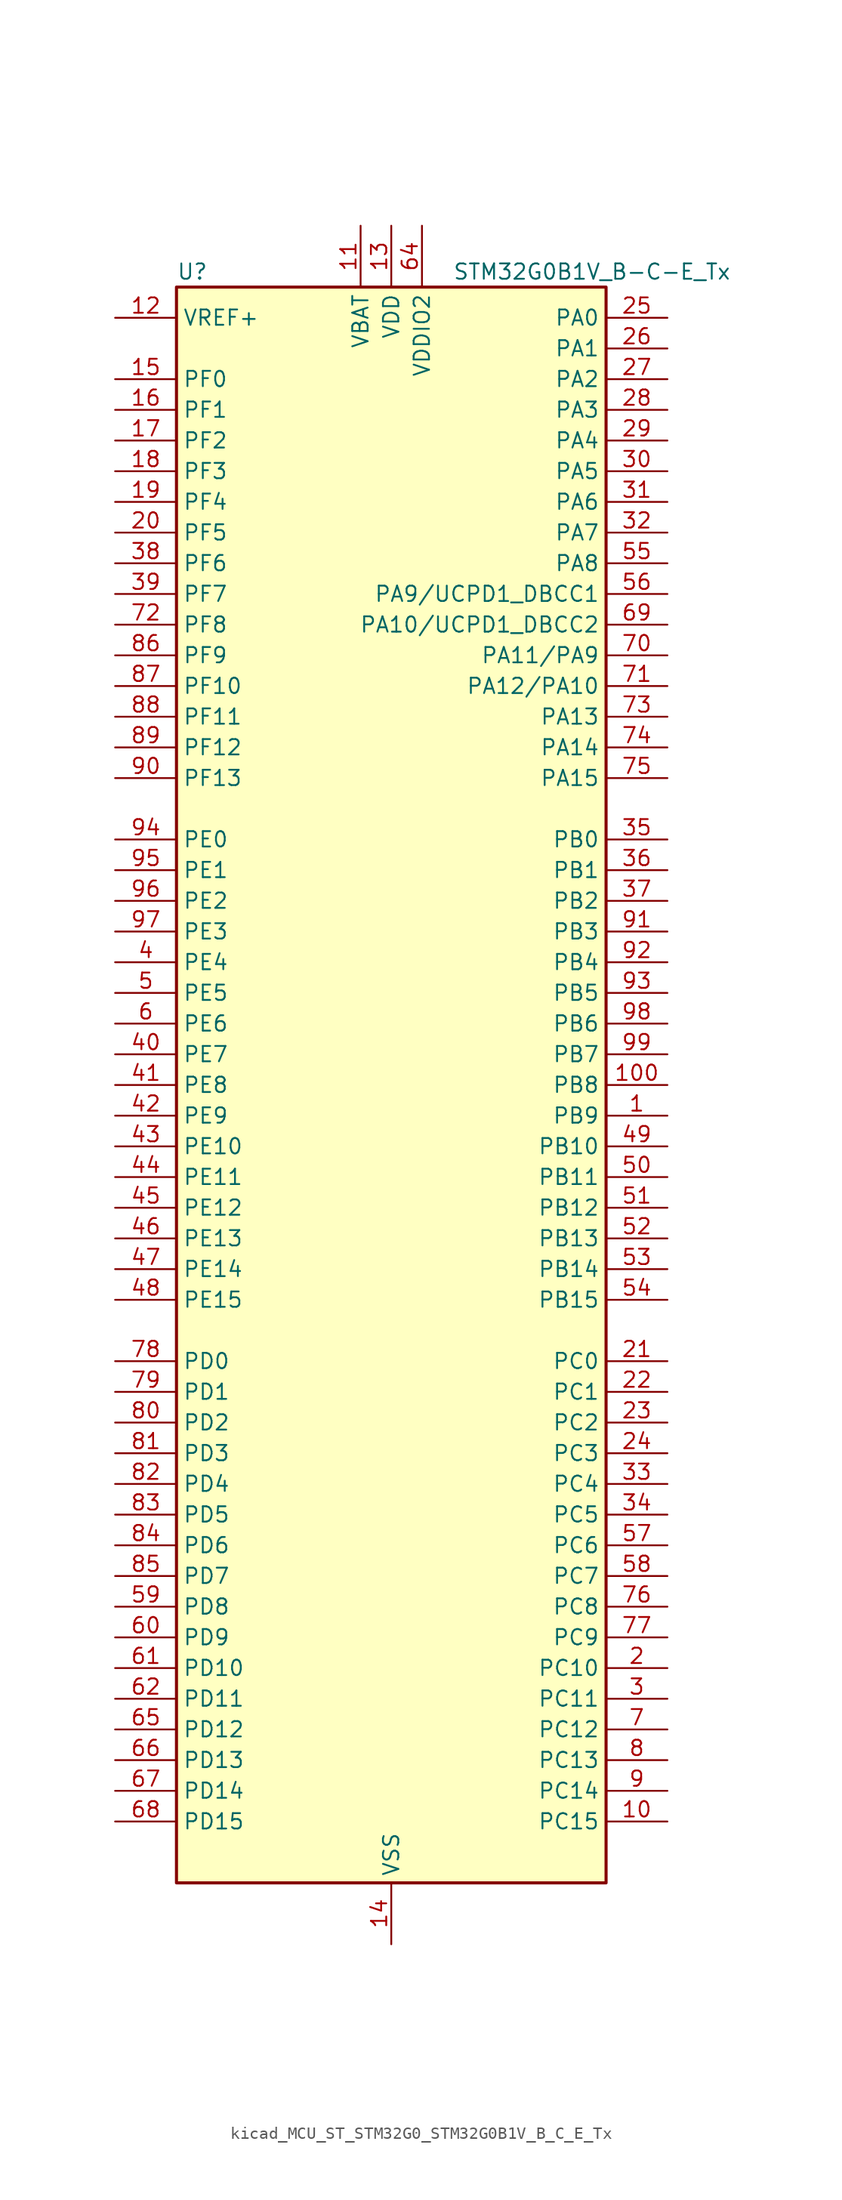
<source format=kicad_sym>
(kicad_symbol_lib
  (version 20220914)
  (generator kicad_symbol_editor)
  (symbol "kicad_MCU_ST_STM32G0_STM32G0B1V_B_C_E_Tx"
    (property "Reference" "U"
      (at -17.78 67.31 0)
      (effects (font (size 1.27 1.27)) (justify left)))
    (property "Value" "STM32G0B1V_B-C-E_Tx"
      (at 5.08 67.31 0)
      (effects (font (size 1.27 1.27)) (justify left)))
    (property "ki_locked" ""
      (at 0 0 0)
      (effects (font (size 1.27 1.27))))
    (symbol "kicad_MCU_ST_STM32G0_STM32G0B1V_B_C_E_Tx_0_1"
      (rectangle (start -17.78 -66.04) (end 17.78 66.04) (stroke (width 0.254) (type default)) (fill (type background))))
    (symbol "kicad_MCU_ST_STM32G0_STM32G0B1V_B_C_E_Tx_1_1"
      (pin bidirectional line (at 22.86 -2.54 180) (length 5.08) (name "PB9" (effects (font (size 1.27 1.27)))) (number "1" (effects (font (size 1.27 1.27)))) (alternate "DAC1_EXTI9" bidirectional line) (alternate "FDCAN1_TX" bidirectional line) (alternate "I2C1_SDA" bidirectional line) (alternate "I2S2_WS" bidirectional line) (alternate "IR_OUT" bidirectional line) (alternate "SPI2_NSS" bidirectional line) (alternate "TIM17_CH1" bidirectional line) (alternate "TIM4_CH4" bidirectional line) (alternate "UCPD2_FRSTX1" bidirectional line) (alternate "UCPD2_FRSTX2" bidirectional line) (alternate "USART3_RX" bidirectional line) (alternate "USART6_RX" bidirectional line))
      (pin bidirectional line (at 22.86 -60.96 180) (length 5.08) (name "PC15" (effects (font (size 1.27 1.27)))) (number "10" (effects (font (size 1.27 1.27)))) (alternate "RCC_OSC32_EN" bidirectional line) (alternate "RCC_OSC32_OUT" bidirectional line) (alternate "RCC_OSC_EN" bidirectional line) (alternate "TIM15_BK" bidirectional line))
      (pin bidirectional line (at 22.86 0 180) (length 5.08) (name "PB8" (effects (font (size 1.27 1.27)))) (number "100" (effects (font (size 1.27 1.27)))) (alternate "CEC" bidirectional line) (alternate "FDCAN1_RX" bidirectional line) (alternate "I2C1_SCL" bidirectional line) (alternate "I2S2_CK" bidirectional line) (alternate "SPI2_SCK" bidirectional line) (alternate "TIM15_BK" bidirectional line) (alternate "TIM16_CH1" bidirectional line) (alternate "TIM4_CH3" bidirectional line) (alternate "USART3_TX" bidirectional line) (alternate "USART6_TX" bidirectional line))
      (pin power_in line (at -2.54 71.12 270) (length 5.08) (name "VBAT" (effects (font (size 1.27 1.27)))) (number "11" (effects (font (size 1.27 1.27)))))
      (pin input line (at -22.86 63.5 0) (length 5.08) (name "VREF+" (effects (font (size 1.27 1.27)))) (number "12" (effects (font (size 1.27 1.27)))) (alternate "VREFBUF_OUT" bidirectional line))
      (pin power_in line (at 0 71.12 270) (length 5.08) (name "VDD" (effects (font (size 1.27 1.27)))) (number "13" (effects (font (size 1.27 1.27)))))
      (pin power_in line (at 0 -71.12 90) (length 5.08) (name "VSS" (effects (font (size 1.27 1.27)))) (number "14" (effects (font (size 1.27 1.27)))))
      (pin bidirectional line (at -22.86 58.42 0) (length 5.08) (name "PF0" (effects (font (size 1.27 1.27)))) (number "15" (effects (font (size 1.27 1.27)))) (alternate "CRS1_SYNC" bidirectional line) (alternate "RCC_OSC_IN" bidirectional line) (alternate "TIM14_CH1" bidirectional line))
      (pin bidirectional line (at -22.86 55.88 0) (length 5.08) (name "PF1" (effects (font (size 1.27 1.27)))) (number "16" (effects (font (size 1.27 1.27)))) (alternate "RCC_OSC_EN" bidirectional line) (alternate "RCC_OSC_OUT" bidirectional line) (alternate "TIM15_CH1N" bidirectional line))
      (pin bidirectional line (at -22.86 53.34 0) (length 5.08) (name "PF2" (effects (font (size 1.27 1.27)))) (number "17" (effects (font (size 1.27 1.27)))) (alternate "LPUART2_DE" bidirectional line) (alternate "LPUART2_RTS" bidirectional line) (alternate "LPUART2_TX" bidirectional line) (alternate "RCC_MCO" bidirectional line))
      (pin bidirectional line (at -22.86 50.8 0) (length 5.08) (name "PF3" (effects (font (size 1.27 1.27)))) (number "18" (effects (font (size 1.27 1.27)))) (alternate "LPUART2_RX" bidirectional line) (alternate "USART6_CK" bidirectional line) (alternate "USART6_DE" bidirectional line) (alternate "USART6_RTS" bidirectional line))
      (pin bidirectional line (at -22.86 48.26 0) (length 5.08) (name "PF4" (effects (font (size 1.27 1.27)))) (number "19" (effects (font (size 1.27 1.27)))) (alternate "LPUART1_TX" bidirectional line))
      (pin bidirectional line (at 22.86 -48.26 180) (length 5.08) (name "PC10" (effects (font (size 1.27 1.27)))) (number "2" (effects (font (size 1.27 1.27)))) (alternate "SPI3_SCK" bidirectional line) (alternate "TIM1_CH3" bidirectional line) (alternate "USART3_TX" bidirectional line) (alternate "USART4_TX" bidirectional line))
      (pin bidirectional line (at -22.86 45.72 0) (length 5.08) (name "PF5" (effects (font (size 1.27 1.27)))) (number "20" (effects (font (size 1.27 1.27)))) (alternate "LPUART1_RX" bidirectional line))
      (pin bidirectional line (at 22.86 -22.86 180) (length 5.08) (name "PC0" (effects (font (size 1.27 1.27)))) (number "21" (effects (font (size 1.27 1.27)))) (alternate "COMP3_INM" bidirectional line) (alternate "COMP3_OUT" bidirectional line) (alternate "I2C3_SCL" bidirectional line) (alternate "LPTIM1_IN1" bidirectional line) (alternate "LPTIM2_IN1" bidirectional line) (alternate "LPUART1_RX" bidirectional line) (alternate "LPUART2_TX" bidirectional line) (alternate "USART6_TX" bidirectional line))
      (pin bidirectional line (at 22.86 -25.4 180) (length 5.08) (name "PC1" (effects (font (size 1.27 1.27)))) (number "22" (effects (font (size 1.27 1.27)))) (alternate "COMP3_INP" bidirectional line) (alternate "I2C3_SDA" bidirectional line) (alternate "LPTIM1_OUT" bidirectional line) (alternate "LPUART1_TX" bidirectional line) (alternate "LPUART2_RX" bidirectional line) (alternate "TIM15_CH1" bidirectional line) (alternate "USART6_RX" bidirectional line))
      (pin bidirectional line (at 22.86 -27.94 180) (length 5.08) (name "PC2" (effects (font (size 1.27 1.27)))) (number "23" (effects (font (size 1.27 1.27)))) (alternate "COMP3_OUT" bidirectional line) (alternate "FDCAN2_RX" bidirectional line) (alternate "I2S2_MCK" bidirectional line) (alternate "LPTIM1_IN2" bidirectional line) (alternate "SPI2_MISO" bidirectional line) (alternate "TIM15_CH2" bidirectional line))
      (pin bidirectional line (at 22.86 -30.48 180) (length 5.08) (name "PC3" (effects (font (size 1.27 1.27)))) (number "24" (effects (font (size 1.27 1.27)))) (alternate "FDCAN2_TX" bidirectional line) (alternate "I2S2_SD" bidirectional line) (alternate "LPTIM1_ETR" bidirectional line) (alternate "LPTIM2_ETR" bidirectional line) (alternate "SPI2_MOSI" bidirectional line))
      (pin bidirectional line (at 22.86 63.5 180) (length 5.08) (name "PA0" (effects (font (size 1.27 1.27)))) (number "25" (effects (font (size 1.27 1.27)))) (alternate "ADC1_IN0" bidirectional line) (alternate "COMP1_INM" bidirectional line) (alternate "COMP1_OUT" bidirectional line) (alternate "I2S2_CK" bidirectional line) (alternate "LPTIM1_OUT" bidirectional line) (alternate "RTC_TAMP_IN2" bidirectional line) (alternate "SPI2_SCK" bidirectional line) (alternate "SYS_WKUP1" bidirectional line) (alternate "TIM2_CH1" bidirectional line) (alternate "TIM2_ETR" bidirectional line) (alternate "UCPD2_FRSTX1" bidirectional line) (alternate "UCPD2_FRSTX2" bidirectional line) (alternate "USART2_CTS" bidirectional line) (alternate "USART2_NSS" bidirectional line) (alternate "USART4_TX" bidirectional line))
      (pin bidirectional line (at 22.86 60.96 180) (length 5.08) (name "PA1" (effects (font (size 1.27 1.27)))) (number "26" (effects (font (size 1.27 1.27)))) (alternate "ADC1_IN1" bidirectional line) (alternate "COMP1_INP" bidirectional line) (alternate "I2C1_SMBA" bidirectional line) (alternate "I2S1_CK" bidirectional line) (alternate "SPI1_SCK" bidirectional line) (alternate "TIM15_CH1N" bidirectional line) (alternate "TIM2_CH2" bidirectional line) (alternate "USART2_CK" bidirectional line) (alternate "USART2_DE" bidirectional line) (alternate "USART2_RTS" bidirectional line) (alternate "USART4_RX" bidirectional line))
      (pin bidirectional line (at 22.86 58.42 180) (length 5.08) (name "PA2" (effects (font (size 1.27 1.27)))) (number "27" (effects (font (size 1.27 1.27)))) (alternate "ADC1_IN2" bidirectional line) (alternate "COMP2_INM" bidirectional line) (alternate "COMP2_OUT" bidirectional line) (alternate "I2S1_SD" bidirectional line) (alternate "LPUART1_TX" bidirectional line) (alternate "RCC_LSCO" bidirectional line) (alternate "SPI1_MOSI" bidirectional line) (alternate "SYS_WKUP4" bidirectional line) (alternate "TIM15_CH1" bidirectional line) (alternate "TIM2_CH3" bidirectional line) (alternate "UCPD1_FRSTX1" bidirectional line) (alternate "UCPD1_FRSTX2" bidirectional line) (alternate "USART2_TX" bidirectional line))
      (pin bidirectional line (at 22.86 55.88 180) (length 5.08) (name "PA3" (effects (font (size 1.27 1.27)))) (number "28" (effects (font (size 1.27 1.27)))) (alternate "ADC1_IN3" bidirectional line) (alternate "COMP2_INP" bidirectional line) (alternate "I2S2_MCK" bidirectional line) (alternate "LPUART1_RX" bidirectional line) (alternate "SPI2_MISO" bidirectional line) (alternate "TIM15_CH2" bidirectional line) (alternate "TIM2_CH4" bidirectional line) (alternate "UCPD2_FRSTX1" bidirectional line) (alternate "UCPD2_FRSTX2" bidirectional line) (alternate "USART2_RX" bidirectional line))
      (pin bidirectional line (at 22.86 53.34 180) (length 5.08) (name "PA4" (effects (font (size 1.27 1.27)))) (number "29" (effects (font (size 1.27 1.27)))) (alternate "ADC1_IN4" bidirectional line) (alternate "DAC1_OUT1" bidirectional line) (alternate "I2S1_WS" bidirectional line) (alternate "I2S2_SD" bidirectional line) (alternate "LPTIM2_OUT" bidirectional line) (alternate "RTC_OUT2" bidirectional line) (alternate "SPI1_NSS" bidirectional line) (alternate "SPI2_MOSI" bidirectional line) (alternate "SPI3_NSS" bidirectional line) (alternate "TIM14_CH1" bidirectional line) (alternate "UCPD2_FRSTX1" bidirectional line) (alternate "UCPD2_FRSTX2" bidirectional line) (alternate "USART6_TX" bidirectional line) (alternate "USB_NOE" bidirectional line))
      (pin bidirectional line (at 22.86 -50.8 180) (length 5.08) (name "PC11" (effects (font (size 1.27 1.27)))) (number "3" (effects (font (size 1.27 1.27)))) (alternate "ADC1_EXTI11" bidirectional line) (alternate "SPI3_MISO" bidirectional line) (alternate "TIM1_CH4" bidirectional line) (alternate "USART3_RX" bidirectional line) (alternate "USART4_RX" bidirectional line))
      (pin bidirectional line (at 22.86 50.8 180) (length 5.08) (name "PA5" (effects (font (size 1.27 1.27)))) (number "30" (effects (font (size 1.27 1.27)))) (alternate "ADC1_IN5" bidirectional line) (alternate "CEC" bidirectional line) (alternate "DAC1_OUT2" bidirectional line) (alternate "I2S1_CK" bidirectional line) (alternate "LPTIM2_ETR" bidirectional line) (alternate "SPI1_SCK" bidirectional line) (alternate "TIM2_CH1" bidirectional line) (alternate "TIM2_ETR" bidirectional line) (alternate "UCPD1_FRSTX1" bidirectional line) (alternate "UCPD1_FRSTX2" bidirectional line) (alternate "USART3_TX" bidirectional line) (alternate "USART6_RX" bidirectional line))
      (pin bidirectional line (at 22.86 48.26 180) (length 5.08) (name "PA6" (effects (font (size 1.27 1.27)))) (number "31" (effects (font (size 1.27 1.27)))) (alternate "ADC1_IN6" bidirectional line) (alternate "COMP1_OUT" bidirectional line) (alternate "I2C2_SDA" bidirectional line) (alternate "I2C3_SDA" bidirectional line) (alternate "I2S1_MCK" bidirectional line) (alternate "LPUART1_CTS" bidirectional line) (alternate "SPI1_MISO" bidirectional line) (alternate "TIM16_CH1" bidirectional line) (alternate "TIM1_BK" bidirectional line) (alternate "TIM3_CH1" bidirectional line) (alternate "USART3_CTS" bidirectional line) (alternate "USART3_NSS" bidirectional line) (alternate "USART6_CTS" bidirectional line) (alternate "USART6_NSS" bidirectional line))
      (pin bidirectional line (at 22.86 45.72 180) (length 5.08) (name "PA7" (effects (font (size 1.27 1.27)))) (number "32" (effects (font (size 1.27 1.27)))) (alternate "ADC1_IN7" bidirectional line) (alternate "COMP2_OUT" bidirectional line) (alternate "I2C2_SCL" bidirectional line) (alternate "I2C3_SCL" bidirectional line) (alternate "I2S1_SD" bidirectional line) (alternate "SPI1_MOSI" bidirectional line) (alternate "TIM14_CH1" bidirectional line) (alternate "TIM17_CH1" bidirectional line) (alternate "TIM1_CH1N" bidirectional line) (alternate "TIM3_CH2" bidirectional line) (alternate "UCPD1_FRSTX1" bidirectional line) (alternate "UCPD1_FRSTX2" bidirectional line) (alternate "USART6_CK" bidirectional line) (alternate "USART6_DE" bidirectional line) (alternate "USART6_RTS" bidirectional line))
      (pin bidirectional line (at 22.86 -33.02 180) (length 5.08) (name "PC4" (effects (font (size 1.27 1.27)))) (number "33" (effects (font (size 1.27 1.27)))) (alternate "ADC1_IN17" bidirectional line) (alternate "COMP1_INM" bidirectional line) (alternate "FDCAN1_RX" bidirectional line) (alternate "TIM2_CH1" bidirectional line) (alternate "TIM2_ETR" bidirectional line) (alternate "USART1_TX" bidirectional line) (alternate "USART3_TX" bidirectional line))
      (pin bidirectional line (at 22.86 -35.56 180) (length 5.08) (name "PC5" (effects (font (size 1.27 1.27)))) (number "34" (effects (font (size 1.27 1.27)))) (alternate "ADC1_IN18" bidirectional line) (alternate "COMP1_INP" bidirectional line) (alternate "FDCAN1_TX" bidirectional line) (alternate "SYS_WKUP5" bidirectional line) (alternate "TIM2_CH2" bidirectional line) (alternate "USART1_RX" bidirectional line) (alternate "USART3_RX" bidirectional line))
      (pin bidirectional line (at 22.86 20.32 180) (length 5.08) (name "PB0" (effects (font (size 1.27 1.27)))) (number "35" (effects (font (size 1.27 1.27)))) (alternate "ADC1_IN8" bidirectional line) (alternate "COMP1_OUT" bidirectional line) (alternate "COMP3_INP" bidirectional line) (alternate "FDCAN2_RX" bidirectional line) (alternate "I2S1_WS" bidirectional line) (alternate "LPTIM1_OUT" bidirectional line) (alternate "LPUART2_CTS" bidirectional line) (alternate "SPI1_NSS" bidirectional line) (alternate "TIM1_CH2N" bidirectional line) (alternate "TIM3_CH3" bidirectional line) (alternate "UCPD1_FRSTX1" bidirectional line) (alternate "UCPD1_FRSTX2" bidirectional line) (alternate "USART3_RX" bidirectional line) (alternate "USART5_TX" bidirectional line))
      (pin bidirectional line (at 22.86 17.78 180) (length 5.08) (name "PB1" (effects (font (size 1.27 1.27)))) (number "36" (effects (font (size 1.27 1.27)))) (alternate "ADC1_IN9" bidirectional line) (alternate "COMP1_INM" bidirectional line) (alternate "COMP3_OUT" bidirectional line) (alternate "FDCAN2_TX" bidirectional line) (alternate "LPTIM2_IN1" bidirectional line) (alternate "LPUART1_DE" bidirectional line) (alternate "LPUART1_RTS" bidirectional line) (alternate "LPUART2_DE" bidirectional line) (alternate "LPUART2_RTS" bidirectional line) (alternate "TIM14_CH1" bidirectional line) (alternate "TIM1_CH3N" bidirectional line) (alternate "TIM3_CH4" bidirectional line) (alternate "USART3_CK" bidirectional line) (alternate "USART3_DE" bidirectional line) (alternate "USART3_RTS" bidirectional line) (alternate "USART5_RX" bidirectional line))
      (pin bidirectional line (at 22.86 15.24 180) (length 5.08) (name "PB2" (effects (font (size 1.27 1.27)))) (number "37" (effects (font (size 1.27 1.27)))) (alternate "ADC1_IN10" bidirectional line) (alternate "COMP1_INP" bidirectional line) (alternate "COMP3_INM" bidirectional line) (alternate "I2S2_MCK" bidirectional line) (alternate "LPTIM1_OUT" bidirectional line) (alternate "RCC_MCO_2" bidirectional line) (alternate "SPI2_MISO" bidirectional line) (alternate "USART3_TX" bidirectional line))
      (pin bidirectional line (at -22.86 43.18 0) (length 5.08) (name "PF6" (effects (font (size 1.27 1.27)))) (number "38" (effects (font (size 1.27 1.27)))) (alternate "LPUART1_DE" bidirectional line) (alternate "LPUART1_RTS" bidirectional line))
      (pin bidirectional line (at -22.86 40.64 0) (length 5.08) (name "PF7" (effects (font (size 1.27 1.27)))) (number "39" (effects (font (size 1.27 1.27)))) (alternate "LPUART1_CTS" bidirectional line) (alternate "USART5_CTS" bidirectional line) (alternate "USART5_NSS" bidirectional line))
      (pin bidirectional line (at -22.86 10.16 0) (length 5.08) (name "PE4" (effects (font (size 1.27 1.27)))) (number "4" (effects (font (size 1.27 1.27)))) (alternate "TIM3_CH2" bidirectional line))
      (pin bidirectional line (at -22.86 2.54 0) (length 5.08) (name "PE7" (effects (font (size 1.27 1.27)))) (number "40" (effects (font (size 1.27 1.27)))) (alternate "COMP3_INP" bidirectional line) (alternate "TIM1_ETR" bidirectional line) (alternate "USART5_CK" bidirectional line) (alternate "USART5_DE" bidirectional line) (alternate "USART5_RTS" bidirectional line))
      (pin bidirectional line (at -22.86 0 0) (length 5.08) (name "PE8" (effects (font (size 1.27 1.27)))) (number "41" (effects (font (size 1.27 1.27)))) (alternate "COMP3_INM" bidirectional line) (alternate "TIM1_CH1N" bidirectional line) (alternate "USART4_TX" bidirectional line))
      (pin bidirectional line (at -22.86 -2.54 0) (length 5.08) (name "PE9" (effects (font (size 1.27 1.27)))) (number "42" (effects (font (size 1.27 1.27)))) (alternate "DAC1_EXTI9" bidirectional line) (alternate "TIM1_CH1" bidirectional line) (alternate "USART4_RX" bidirectional line))
      (pin bidirectional line (at -22.86 -5.08 0) (length 5.08) (name "PE10" (effects (font (size 1.27 1.27)))) (number "43" (effects (font (size 1.27 1.27)))) (alternate "TIM1_CH2N" bidirectional line) (alternate "USART5_TX" bidirectional line))
      (pin bidirectional line (at -22.86 -7.62 0) (length 5.08) (name "PE11" (effects (font (size 1.27 1.27)))) (number "44" (effects (font (size 1.27 1.27)))) (alternate "ADC1_EXTI11" bidirectional line) (alternate "TIM1_CH2" bidirectional line) (alternate "USART5_RX" bidirectional line))
      (pin bidirectional line (at -22.86 -10.16 0) (length 5.08) (name "PE12" (effects (font (size 1.27 1.27)))) (number "45" (effects (font (size 1.27 1.27)))) (alternate "I2S1_WS" bidirectional line) (alternate "SPI1_NSS" bidirectional line) (alternate "TIM1_CH3N" bidirectional line))
      (pin bidirectional line (at -22.86 -12.7 0) (length 5.08) (name "PE13" (effects (font (size 1.27 1.27)))) (number "46" (effects (font (size 1.27 1.27)))) (alternate "I2S1_CK" bidirectional line) (alternate "SPI1_SCK" bidirectional line) (alternate "TIM1_CH3" bidirectional line))
      (pin bidirectional line (at -22.86 -15.24 0) (length 5.08) (name "PE14" (effects (font (size 1.27 1.27)))) (number "47" (effects (font (size 1.27 1.27)))) (alternate "I2S1_MCK" bidirectional line) (alternate "SPI1_MISO" bidirectional line) (alternate "TIM1_BK2" bidirectional line) (alternate "TIM1_CH4" bidirectional line))
      (pin bidirectional line (at -22.86 -17.78 0) (length 5.08) (name "PE15" (effects (font (size 1.27 1.27)))) (number "48" (effects (font (size 1.27 1.27)))) (alternate "I2S1_SD" bidirectional line) (alternate "SPI1_MOSI" bidirectional line) (alternate "TIM1_BK" bidirectional line))
      (pin bidirectional line (at 22.86 -5.08 180) (length 5.08) (name "PB10" (effects (font (size 1.27 1.27)))) (number "49" (effects (font (size 1.27 1.27)))) (alternate "ADC1_IN11" bidirectional line) (alternate "CEC" bidirectional line) (alternate "COMP1_OUT" bidirectional line) (alternate "I2C2_SCL" bidirectional line) (alternate "I2S2_CK" bidirectional line) (alternate "LPUART1_RX" bidirectional line) (alternate "SPI2_SCK" bidirectional line) (alternate "TIM2_CH3" bidirectional line) (alternate "USART3_TX" bidirectional line))
      (pin bidirectional line (at -22.86 7.62 0) (length 5.08) (name "PE5" (effects (font (size 1.27 1.27)))) (number "5" (effects (font (size 1.27 1.27)))) (alternate "TIM3_CH3" bidirectional line))
      (pin bidirectional line (at 22.86 -7.62 180) (length 5.08) (name "PB11" (effects (font (size 1.27 1.27)))) (number "50" (effects (font (size 1.27 1.27)))) (alternate "ADC1_EXTI11" bidirectional line) (alternate "ADC1_IN15" bidirectional line) (alternate "COMP2_OUT" bidirectional line) (alternate "I2C2_SDA" bidirectional line) (alternate "I2S2_SD" bidirectional line) (alternate "LPUART1_TX" bidirectional line) (alternate "SPI2_MOSI" bidirectional line) (alternate "TIM2_CH4" bidirectional line) (alternate "USART3_RX" bidirectional line))
      (pin bidirectional line (at 22.86 -10.16 180) (length 5.08) (name "PB12" (effects (font (size 1.27 1.27)))) (number "51" (effects (font (size 1.27 1.27)))) (alternate "ADC1_IN16" bidirectional line) (alternate "FDCAN2_RX" bidirectional line) (alternate "I2C2_SMBA" bidirectional line) (alternate "I2S2_WS" bidirectional line) (alternate "LPUART1_DE" bidirectional line) (alternate "LPUART1_RTS" bidirectional line) (alternate "SPI2_NSS" bidirectional line) (alternate "TIM15_BK" bidirectional line) (alternate "TIM1_BK" bidirectional line) (alternate "UCPD2_FRSTX1" bidirectional line) (alternate "UCPD2_FRSTX2" bidirectional line))
      (pin bidirectional line (at 22.86 -12.7 180) (length 5.08) (name "PB13" (effects (font (size 1.27 1.27)))) (number "52" (effects (font (size 1.27 1.27)))) (alternate "FDCAN2_TX" bidirectional line) (alternate "I2C2_SCL" bidirectional line) (alternate "I2S2_CK" bidirectional line) (alternate "LPUART1_CTS" bidirectional line) (alternate "SPI2_SCK" bidirectional line) (alternate "TIM15_CH1N" bidirectional line) (alternate "TIM1_CH1N" bidirectional line) (alternate "USART3_CTS" bidirectional line) (alternate "USART3_NSS" bidirectional line))
      (pin bidirectional line (at 22.86 -15.24 180) (length 5.08) (name "PB14" (effects (font (size 1.27 1.27)))) (number "53" (effects (font (size 1.27 1.27)))) (alternate "I2C2_SDA" bidirectional line) (alternate "I2S2_MCK" bidirectional line) (alternate "SPI2_MISO" bidirectional line) (alternate "TIM15_CH1" bidirectional line) (alternate "TIM1_CH2N" bidirectional line) (alternate "UCPD1_FRSTX1" bidirectional line) (alternate "UCPD1_FRSTX2" bidirectional line) (alternate "USART3_CK" bidirectional line) (alternate "USART3_DE" bidirectional line) (alternate "USART3_RTS" bidirectional line) (alternate "USART6_CK" bidirectional line) (alternate "USART6_DE" bidirectional line) (alternate "USART6_RTS" bidirectional line))
      (pin bidirectional line (at 22.86 -17.78 180) (length 5.08) (name "PB15" (effects (font (size 1.27 1.27)))) (number "54" (effects (font (size 1.27 1.27)))) (alternate "I2S2_SD" bidirectional line) (alternate "RTC_REFIN" bidirectional line) (alternate "SPI2_MOSI" bidirectional line) (alternate "TIM15_CH1N" bidirectional line) (alternate "TIM15_CH2" bidirectional line) (alternate "TIM1_CH3N" bidirectional line) (alternate "UCPD1_CC2" bidirectional line) (alternate "USART6_CTS" bidirectional line) (alternate "USART6_NSS" bidirectional line))
      (pin bidirectional line (at 22.86 43.18 180) (length 5.08) (name "PA8" (effects (font (size 1.27 1.27)))) (number "55" (effects (font (size 1.27 1.27)))) (alternate "CRS1_SYNC" bidirectional line) (alternate "I2C2_SMBA" bidirectional line) (alternate "I2S2_WS" bidirectional line) (alternate "LPTIM2_OUT" bidirectional line) (alternate "RCC_MCO" bidirectional line) (alternate "SPI2_NSS" bidirectional line) (alternate "TIM1_CH1" bidirectional line) (alternate "UCPD1_CC1" bidirectional line))
      (pin bidirectional line (at 22.86 40.64 180) (length 5.08) (name "PA9/UCPD1_DBCC1" (effects (font (size 1.27 1.27)))) (number "56" (effects (font (size 1.27 1.27)))) (alternate "DAC1_EXTI9" bidirectional line) (alternate "I2C1_SCL" bidirectional line) (alternate "I2C2_SCL" bidirectional line) (alternate "I2S2_MCK" bidirectional line) (alternate "RCC_MCO" bidirectional line) (alternate "SPI2_MISO" bidirectional line) (alternate "TIM15_BK" bidirectional line) (alternate "TIM1_CH2" bidirectional line) (alternate "UCPD1_DBCC1" bidirectional line) (alternate "USART1_TX" bidirectional line))
      (pin bidirectional line (at 22.86 -38.1 180) (length 5.08) (name "PC6" (effects (font (size 1.27 1.27)))) (number "57" (effects (font (size 1.27 1.27)))) (alternate "LPUART2_TX" bidirectional line) (alternate "TIM2_CH3" bidirectional line) (alternate "TIM3_CH1" bidirectional line) (alternate "UCPD1_FRSTX1" bidirectional line) (alternate "UCPD1_FRSTX2" bidirectional line))
      (pin bidirectional line (at 22.86 -40.64 180) (length 5.08) (name "PC7" (effects (font (size 1.27 1.27)))) (number "58" (effects (font (size 1.27 1.27)))) (alternate "LPUART2_RX" bidirectional line) (alternate "TIM2_CH4" bidirectional line) (alternate "TIM3_CH2" bidirectional line) (alternate "UCPD2_FRSTX1" bidirectional line) (alternate "UCPD2_FRSTX2" bidirectional line))
      (pin bidirectional line (at -22.86 -43.18 0) (length 5.08) (name "PD8" (effects (font (size 1.27 1.27)))) (number "59" (effects (font (size 1.27 1.27)))) (alternate "I2S1_CK" bidirectional line) (alternate "LPTIM1_OUT" bidirectional line) (alternate "SPI1_SCK" bidirectional line) (alternate "USART3_TX" bidirectional line))
      (pin bidirectional line (at -22.86 5.08 0) (length 5.08) (name "PE6" (effects (font (size 1.27 1.27)))) (number "6" (effects (font (size 1.27 1.27)))) (alternate "RTC_TAMP_IN3" bidirectional line) (alternate "SYS_WKUP3" bidirectional line) (alternate "TIM3_CH4" bidirectional line))
      (pin bidirectional line (at -22.86 -45.72 0) (length 5.08) (name "PD9" (effects (font (size 1.27 1.27)))) (number "60" (effects (font (size 1.27 1.27)))) (alternate "DAC1_EXTI9" bidirectional line) (alternate "I2S1_WS" bidirectional line) (alternate "SPI1_NSS" bidirectional line) (alternate "TIM1_BK2" bidirectional line) (alternate "USART3_RX" bidirectional line))
      (pin bidirectional line (at -22.86 -48.26 0) (length 5.08) (name "PD10" (effects (font (size 1.27 1.27)))) (number "61" (effects (font (size 1.27 1.27)))) (alternate "RCC_MCO" bidirectional line))
      (pin bidirectional line (at -22.86 -50.8 0) (length 5.08) (name "PD11" (effects (font (size 1.27 1.27)))) (number "62" (effects (font (size 1.27 1.27)))) (alternate "ADC1_EXTI11" bidirectional line) (alternate "LPTIM2_ETR" bidirectional line) (alternate "USART3_CTS" bidirectional line) (alternate "USART3_NSS" bidirectional line))
      (pin passive line (at 0 -71.12 90) (length 5.08) hide (name "VSS" (effects (font (size 1.27 1.27)))) (number "63" (effects (font (size 1.27 1.27)))))
      (pin power_in line (at 2.54 71.12 270) (length 5.08) (name "VDDIO2" (effects (font (size 1.27 1.27)))) (number "64" (effects (font (size 1.27 1.27)))))
      (pin bidirectional line (at -22.86 -53.34 0) (length 5.08) (name "PD12" (effects (font (size 1.27 1.27)))) (number "65" (effects (font (size 1.27 1.27)))) (alternate "FDCAN1_RX" bidirectional line) (alternate "LPTIM2_IN1" bidirectional line) (alternate "TIM4_CH1" bidirectional line) (alternate "USART3_CK" bidirectional line) (alternate "USART3_DE" bidirectional line) (alternate "USART3_RTS" bidirectional line))
      (pin bidirectional line (at -22.86 -55.88 0) (length 5.08) (name "PD13" (effects (font (size 1.27 1.27)))) (number "66" (effects (font (size 1.27 1.27)))) (alternate "FDCAN1_TX" bidirectional line) (alternate "LPTIM2_OUT" bidirectional line) (alternate "TIM4_CH2" bidirectional line))
      (pin bidirectional line (at -22.86 -58.42 0) (length 5.08) (name "PD14" (effects (font (size 1.27 1.27)))) (number "67" (effects (font (size 1.27 1.27)))) (alternate "FDCAN2_RX" bidirectional line) (alternate "LPUART2_CTS" bidirectional line) (alternate "TIM4_CH3" bidirectional line))
      (pin bidirectional line (at -22.86 -60.96 0) (length 5.08) (name "PD15" (effects (font (size 1.27 1.27)))) (number "68" (effects (font (size 1.27 1.27)))) (alternate "CRS1_SYNC" bidirectional line) (alternate "FDCAN2_TX" bidirectional line) (alternate "LPUART2_DE" bidirectional line) (alternate "LPUART2_RTS" bidirectional line) (alternate "TIM4_CH4" bidirectional line))
      (pin bidirectional line (at 22.86 38.1 180) (length 5.08) (name "PA10/UCPD1_DBCC2" (effects (font (size 1.27 1.27)))) (number "69" (effects (font (size 1.27 1.27)))) (alternate "I2C1_SDA" bidirectional line) (alternate "I2C2_SDA" bidirectional line) (alternate "I2S2_SD" bidirectional line) (alternate "RCC_MCO_2" bidirectional line) (alternate "SPI2_MOSI" bidirectional line) (alternate "TIM17_BK" bidirectional line) (alternate "TIM1_CH3" bidirectional line) (alternate "UCPD1_DBCC2" bidirectional line) (alternate "USART1_RX" bidirectional line))
      (pin bidirectional line (at 22.86 -53.34 180) (length 5.08) (name "PC12" (effects (font (size 1.27 1.27)))) (number "7" (effects (font (size 1.27 1.27)))) (alternate "LPTIM1_IN1" bidirectional line) (alternate "SPI3_MOSI" bidirectional line) (alternate "TIM14_CH1" bidirectional line) (alternate "UCPD1_FRSTX1" bidirectional line) (alternate "UCPD1_FRSTX2" bidirectional line) (alternate "USART5_TX" bidirectional line))
      (pin bidirectional line (at 22.86 35.56 180) (length 5.08) (name "PA11/PA9" (effects (font (size 1.27 1.27)))) (number "70" (effects (font (size 1.27 1.27)))) (alternate "ADC1_EXTI11" bidirectional line) (alternate "COMP1_OUT" bidirectional line) (alternate "FDCAN1_RX" bidirectional line) (alternate "I2C2_SCL" bidirectional line) (alternate "I2S1_MCK" bidirectional line) (alternate "SPI1_MISO" bidirectional line) (alternate "TIM1_BK2" bidirectional line) (alternate "TIM1_CH4" bidirectional line) (alternate "USART1_CTS" bidirectional line) (alternate "USART1_NSS" bidirectional line) (alternate "USB_DM" bidirectional line))
      (pin bidirectional line (at 22.86 33.02 180) (length 5.08) (name "PA12/PA10" (effects (font (size 1.27 1.27)))) (number "71" (effects (font (size 1.27 1.27)))) (alternate "COMP2_OUT" bidirectional line) (alternate "FDCAN1_TX" bidirectional line) (alternate "I2C2_SDA" bidirectional line) (alternate "I2S1_SD" bidirectional line) (alternate "I2S_CKIN" bidirectional line) (alternate "SPI1_MOSI" bidirectional line) (alternate "TIM1_ETR" bidirectional line) (alternate "USART1_CK" bidirectional line) (alternate "USART1_DE" bidirectional line) (alternate "USART1_RTS" bidirectional line) (alternate "USB_DP" bidirectional line))
      (pin bidirectional line (at -22.86 38.1 0) (length 5.08) (name "PF8" (effects (font (size 1.27 1.27)))) (number "72" (effects (font (size 1.27 1.27)))))
      (pin bidirectional line (at 22.86 30.48 180) (length 5.08) (name "PA13" (effects (font (size 1.27 1.27)))) (number "73" (effects (font (size 1.27 1.27)))) (alternate "IR_OUT" bidirectional line) (alternate "LPUART2_RX" bidirectional line) (alternate "SYS_SWDIO" bidirectional line) (alternate "USB_NOE" bidirectional line))
      (pin bidirectional line (at 22.86 27.94 180) (length 5.08) (name "PA14" (effects (font (size 1.27 1.27)))) (number "74" (effects (font (size 1.27 1.27)))) (alternate "LPUART2_TX" bidirectional line) (alternate "SYS_SWCLK" bidirectional line) (alternate "USART2_TX" bidirectional line))
      (pin bidirectional line (at 22.86 25.4 180) (length 5.08) (name "PA15" (effects (font (size 1.27 1.27)))) (number "75" (effects (font (size 1.27 1.27)))) (alternate "I2C2_SMBA" bidirectional line) (alternate "I2S1_WS" bidirectional line) (alternate "RCC_MCO_2" bidirectional line) (alternate "SPI1_NSS" bidirectional line) (alternate "SPI3_NSS" bidirectional line) (alternate "TIM2_CH1" bidirectional line) (alternate "TIM2_ETR" bidirectional line) (alternate "USART2_RX" bidirectional line) (alternate "USART3_CK" bidirectional line) (alternate "USART3_DE" bidirectional line) (alternate "USART3_RTS" bidirectional line) (alternate "USART4_CK" bidirectional line) (alternate "USART4_DE" bidirectional line) (alternate "USART4_RTS" bidirectional line) (alternate "USB_NOE" bidirectional line))
      (pin bidirectional line (at 22.86 -43.18 180) (length 5.08) (name "PC8" (effects (font (size 1.27 1.27)))) (number "76" (effects (font (size 1.27 1.27)))) (alternate "LPUART2_CTS" bidirectional line) (alternate "TIM1_CH1" bidirectional line) (alternate "TIM3_CH3" bidirectional line) (alternate "UCPD2_FRSTX1" bidirectional line) (alternate "UCPD2_FRSTX2" bidirectional line))
      (pin bidirectional line (at 22.86 -45.72 180) (length 5.08) (name "PC9" (effects (font (size 1.27 1.27)))) (number "77" (effects (font (size 1.27 1.27)))) (alternate "DAC1_EXTI9" bidirectional line) (alternate "I2S_CKIN" bidirectional line) (alternate "LPUART2_DE" bidirectional line) (alternate "LPUART2_RTS" bidirectional line) (alternate "TIM1_CH2" bidirectional line) (alternate "TIM3_CH4" bidirectional line) (alternate "USB_NOE" bidirectional line))
      (pin bidirectional line (at -22.86 -22.86 0) (length 5.08) (name "PD0" (effects (font (size 1.27 1.27)))) (number "78" (effects (font (size 1.27 1.27)))) (alternate "FDCAN1_RX" bidirectional line) (alternate "I2S2_WS" bidirectional line) (alternate "SPI2_NSS" bidirectional line) (alternate "TIM16_CH1" bidirectional line) (alternate "UCPD2_CC1" bidirectional line))
      (pin bidirectional line (at -22.86 -25.4 0) (length 5.08) (name "PD1" (effects (font (size 1.27 1.27)))) (number "79" (effects (font (size 1.27 1.27)))) (alternate "FDCAN1_TX" bidirectional line) (alternate "I2S2_CK" bidirectional line) (alternate "SPI2_SCK" bidirectional line) (alternate "TIM17_CH1" bidirectional line) (alternate "UCPD2_DBCC1" bidirectional line))
      (pin bidirectional line (at 22.86 -55.88 180) (length 5.08) (name "PC13" (effects (font (size 1.27 1.27)))) (number "8" (effects (font (size 1.27 1.27)))) (alternate "RTC_OUT1" bidirectional line) (alternate "RTC_TAMP_IN1" bidirectional line) (alternate "RTC_TS" bidirectional line) (alternate "SYS_WKUP2" bidirectional line) (alternate "TIM1_BK" bidirectional line))
      (pin bidirectional line (at -22.86 -27.94 0) (length 5.08) (name "PD2" (effects (font (size 1.27 1.27)))) (number "80" (effects (font (size 1.27 1.27)))) (alternate "TIM1_CH1N" bidirectional line) (alternate "TIM3_ETR" bidirectional line) (alternate "UCPD2_CC2" bidirectional line) (alternate "USART3_CK" bidirectional line) (alternate "USART3_DE" bidirectional line) (alternate "USART3_RTS" bidirectional line) (alternate "USART5_RX" bidirectional line))
      (pin bidirectional line (at -22.86 -30.48 0) (length 5.08) (name "PD3" (effects (font (size 1.27 1.27)))) (number "81" (effects (font (size 1.27 1.27)))) (alternate "I2S2_MCK" bidirectional line) (alternate "SPI2_MISO" bidirectional line) (alternate "TIM1_CH2N" bidirectional line) (alternate "UCPD2_DBCC2" bidirectional line) (alternate "USART2_CTS" bidirectional line) (alternate "USART2_NSS" bidirectional line) (alternate "USART5_TX" bidirectional line))
      (pin bidirectional line (at -22.86 -33.02 0) (length 5.08) (name "PD4" (effects (font (size 1.27 1.27)))) (number "82" (effects (font (size 1.27 1.27)))) (alternate "I2S2_SD" bidirectional line) (alternate "SPI2_MOSI" bidirectional line) (alternate "TIM1_CH3N" bidirectional line) (alternate "USART2_CK" bidirectional line) (alternate "USART2_DE" bidirectional line) (alternate "USART2_RTS" bidirectional line) (alternate "USART5_CK" bidirectional line) (alternate "USART5_DE" bidirectional line) (alternate "USART5_RTS" bidirectional line))
      (pin bidirectional line (at -22.86 -35.56 0) (length 5.08) (name "PD5" (effects (font (size 1.27 1.27)))) (number "83" (effects (font (size 1.27 1.27)))) (alternate "I2S1_MCK" bidirectional line) (alternate "SPI1_MISO" bidirectional line) (alternate "TIM1_BK" bidirectional line) (alternate "USART2_TX" bidirectional line) (alternate "USART5_CTS" bidirectional line) (alternate "USART5_NSS" bidirectional line))
      (pin bidirectional line (at -22.86 -38.1 0) (length 5.08) (name "PD6" (effects (font (size 1.27 1.27)))) (number "84" (effects (font (size 1.27 1.27)))) (alternate "I2S1_SD" bidirectional line) (alternate "LPTIM2_OUT" bidirectional line) (alternate "SPI1_MOSI" bidirectional line) (alternate "USART2_RX" bidirectional line))
      (pin bidirectional line (at -22.86 -40.64 0) (length 5.08) (name "PD7" (effects (font (size 1.27 1.27)))) (number "85" (effects (font (size 1.27 1.27)))) (alternate "RCC_MCO_2" bidirectional line))
      (pin bidirectional line (at -22.86 35.56 0) (length 5.08) (name "PF9" (effects (font (size 1.27 1.27)))) (number "86" (effects (font (size 1.27 1.27)))) (alternate "DAC1_EXTI9" bidirectional line) (alternate "USART6_TX" bidirectional line))
      (pin bidirectional line (at -22.86 33.02 0) (length 5.08) (name "PF10" (effects (font (size 1.27 1.27)))) (number "87" (effects (font (size 1.27 1.27)))) (alternate "USART6_RX" bidirectional line))
      (pin bidirectional line (at -22.86 30.48 0) (length 5.08) (name "PF11" (effects (font (size 1.27 1.27)))) (number "88" (effects (font (size 1.27 1.27)))) (alternate "ADC1_EXTI11" bidirectional line) (alternate "USART6_CK" bidirectional line) (alternate "USART6_DE" bidirectional line) (alternate "USART6_RTS" bidirectional line))
      (pin bidirectional line (at -22.86 27.94 0) (length 5.08) (name "PF12" (effects (font (size 1.27 1.27)))) (number "89" (effects (font (size 1.27 1.27)))) (alternate "TIM15_CH1" bidirectional line) (alternate "USART6_CTS" bidirectional line) (alternate "USART6_NSS" bidirectional line))
      (pin bidirectional line (at 22.86 -58.42 180) (length 5.08) (name "PC14" (effects (font (size 1.27 1.27)))) (number "9" (effects (font (size 1.27 1.27)))) (alternate "RCC_OSC32_IN" bidirectional line) (alternate "TIM1_BK2" bidirectional line))
      (pin bidirectional line (at -22.86 25.4 0) (length 5.08) (name "PF13" (effects (font (size 1.27 1.27)))) (number "90" (effects (font (size 1.27 1.27)))) (alternate "TIM15_CH2" bidirectional line))
      (pin bidirectional line (at 22.86 12.7 180) (length 5.08) (name "PB3" (effects (font (size 1.27 1.27)))) (number "91" (effects (font (size 1.27 1.27)))) (alternate "COMP2_INM" bidirectional line) (alternate "I2C2_SCL" bidirectional line) (alternate "I2C3_SCL" bidirectional line) (alternate "I2S1_CK" bidirectional line) (alternate "SPI1_SCK" bidirectional line) (alternate "SPI3_SCK" bidirectional line) (alternate "TIM1_CH2" bidirectional line) (alternate "TIM2_CH2" bidirectional line) (alternate "USART1_CK" bidirectional line) (alternate "USART1_DE" bidirectional line) (alternate "USART1_RTS" bidirectional line) (alternate "USART5_TX" bidirectional line))
      (pin bidirectional line (at 22.86 10.16 180) (length 5.08) (name "PB4" (effects (font (size 1.27 1.27)))) (number "92" (effects (font (size 1.27 1.27)))) (alternate "COMP2_INP" bidirectional line) (alternate "I2C2_SDA" bidirectional line) (alternate "I2C3_SDA" bidirectional line) (alternate "I2S1_MCK" bidirectional line) (alternate "SPI1_MISO" bidirectional line) (alternate "SPI3_MISO" bidirectional line) (alternate "TIM17_BK" bidirectional line) (alternate "TIM3_CH1" bidirectional line) (alternate "USART1_CTS" bidirectional line) (alternate "USART1_NSS" bidirectional line) (alternate "USART5_RX" bidirectional line))
      (pin bidirectional line (at 22.86 7.62 180) (length 5.08) (name "PB5" (effects (font (size 1.27 1.27)))) (number "93" (effects (font (size 1.27 1.27)))) (alternate "COMP2_OUT" bidirectional line) (alternate "FDCAN2_RX" bidirectional line) (alternate "I2C1_SMBA" bidirectional line) (alternate "I2S1_SD" bidirectional line) (alternate "LPTIM1_IN1" bidirectional line) (alternate "SPI1_MOSI" bidirectional line) (alternate "SPI3_MOSI" bidirectional line) (alternate "SYS_WKUP6" bidirectional line) (alternate "TIM16_BK" bidirectional line) (alternate "TIM3_CH2" bidirectional line) (alternate "USART5_CK" bidirectional line) (alternate "USART5_DE" bidirectional line) (alternate "USART5_RTS" bidirectional line))
      (pin bidirectional line (at -22.86 20.32 0) (length 5.08) (name "PE0" (effects (font (size 1.27 1.27)))) (number "94" (effects (font (size 1.27 1.27)))) (alternate "TIM16_CH1" bidirectional line) (alternate "TIM4_ETR" bidirectional line))
      (pin bidirectional line (at -22.86 17.78 0) (length 5.08) (name "PE1" (effects (font (size 1.27 1.27)))) (number "95" (effects (font (size 1.27 1.27)))) (alternate "TIM17_CH1" bidirectional line))
      (pin bidirectional line (at -22.86 15.24 0) (length 5.08) (name "PE2" (effects (font (size 1.27 1.27)))) (number "96" (effects (font (size 1.27 1.27)))) (alternate "TIM3_ETR" bidirectional line))
      (pin bidirectional line (at -22.86 12.7 0) (length 5.08) (name "PE3" (effects (font (size 1.27 1.27)))) (number "97" (effects (font (size 1.27 1.27)))) (alternate "TIM3_CH1" bidirectional line))
      (pin bidirectional line (at 22.86 5.08 180) (length 5.08) (name "PB6" (effects (font (size 1.27 1.27)))) (number "98" (effects (font (size 1.27 1.27)))) (alternate "COMP2_INP" bidirectional line) (alternate "FDCAN2_TX" bidirectional line) (alternate "I2C1_SCL" bidirectional line) (alternate "I2S2_MCK" bidirectional line) (alternate "LPTIM1_ETR" bidirectional line) (alternate "LPUART2_TX" bidirectional line) (alternate "SPI2_MISO" bidirectional line) (alternate "TIM16_CH1N" bidirectional line) (alternate "TIM1_CH3" bidirectional line) (alternate "TIM4_CH1" bidirectional line) (alternate "USART1_TX" bidirectional line) (alternate "USART5_CTS" bidirectional line) (alternate "USART5_NSS" bidirectional line))
      (pin bidirectional line (at 22.86 2.54 180) (length 5.08) (name "PB7" (effects (font (size 1.27 1.27)))) (number "99" (effects (font (size 1.27 1.27)))) (alternate "COMP2_INM" bidirectional line) (alternate "I2C1_SDA" bidirectional line) (alternate "I2S2_SD" bidirectional line) (alternate "LPTIM1_IN2" bidirectional line) (alternate "LPUART2_RX" bidirectional line) (alternate "SPI2_MOSI" bidirectional line) (alternate "SYS_PVD_IN" bidirectional line) (alternate "TIM17_CH1N" bidirectional line) (alternate "TIM4_CH2" bidirectional line) (alternate "USART1_RX" bidirectional line) (alternate "USART4_CTS" bidirectional line) (alternate "USART4_NSS" bidirectional line)))))
</source>
